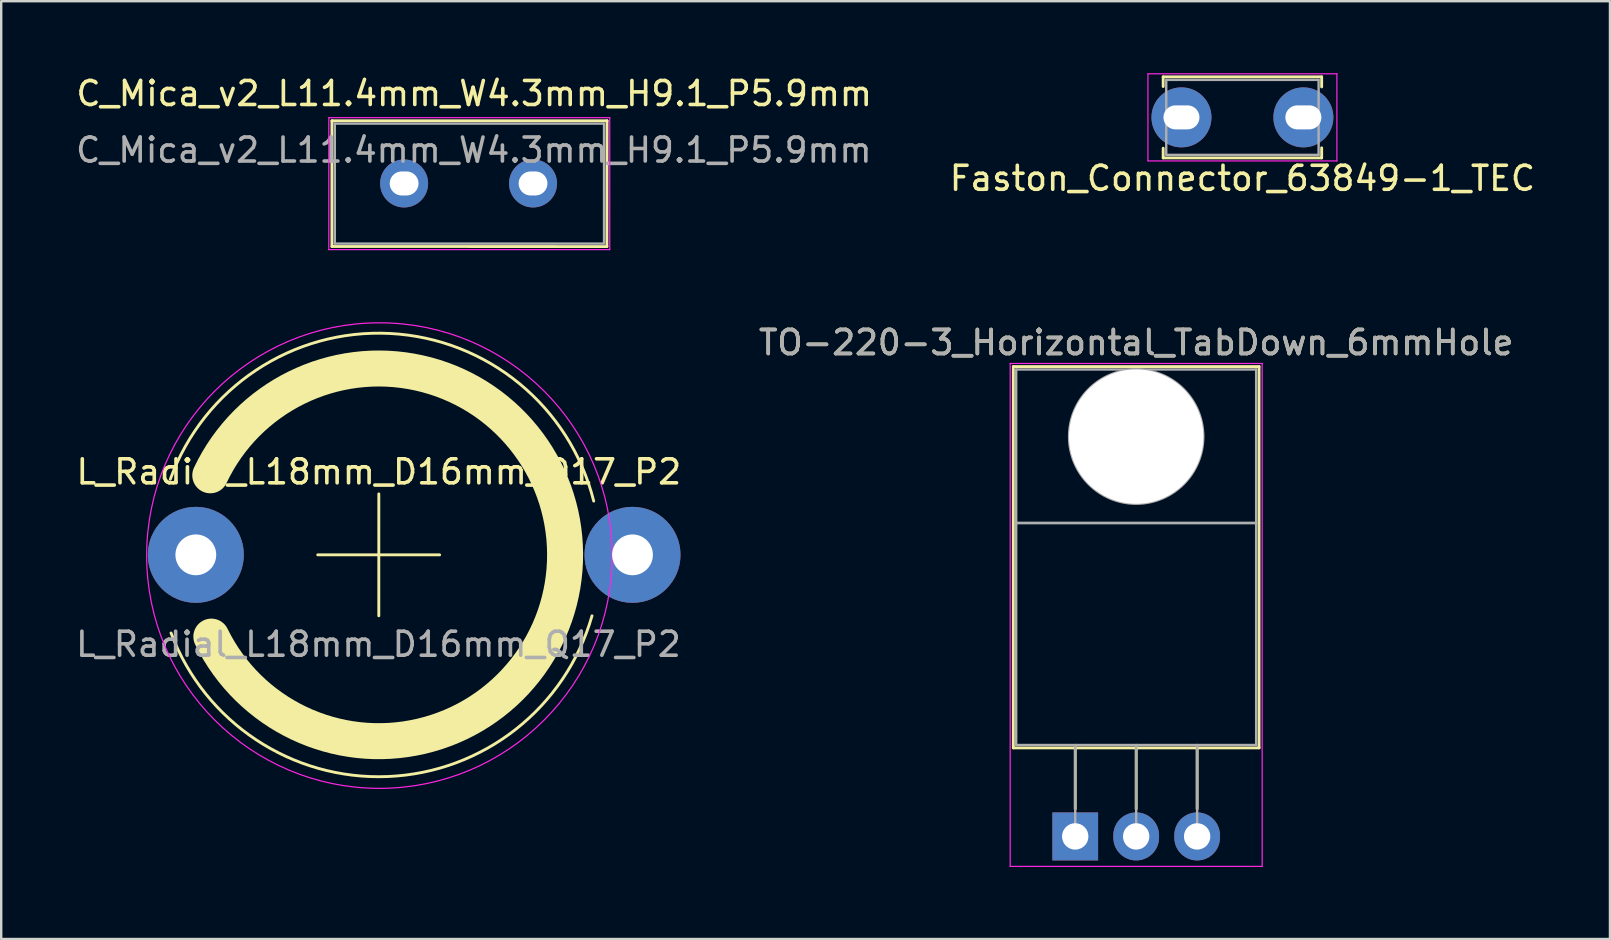
<source format=kicad_pcb>
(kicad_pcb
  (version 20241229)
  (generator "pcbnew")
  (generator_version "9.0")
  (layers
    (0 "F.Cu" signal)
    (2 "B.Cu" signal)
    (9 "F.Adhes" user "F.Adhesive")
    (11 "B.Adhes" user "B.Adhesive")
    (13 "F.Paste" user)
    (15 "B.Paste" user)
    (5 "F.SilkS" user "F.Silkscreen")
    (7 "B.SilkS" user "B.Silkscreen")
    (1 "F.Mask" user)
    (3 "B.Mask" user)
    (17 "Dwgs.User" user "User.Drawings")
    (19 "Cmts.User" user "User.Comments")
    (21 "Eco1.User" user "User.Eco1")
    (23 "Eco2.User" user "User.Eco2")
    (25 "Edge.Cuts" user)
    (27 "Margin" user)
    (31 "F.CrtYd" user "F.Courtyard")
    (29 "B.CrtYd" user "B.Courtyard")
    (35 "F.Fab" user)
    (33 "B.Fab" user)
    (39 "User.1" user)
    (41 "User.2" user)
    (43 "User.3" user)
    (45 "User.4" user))
  (footprint "Faston_Connector_63849-1_TEC"
    (layer "F.Cu")
    (at 51.263 1.841)
    (property "Reference" "Faston_Connector_63849-1_TEC" (at -2.54 2.54 0) (layer "F.SilkS") (effects (font (size 1 1) (thickness 0.15))))
    (attr through_hole)
    (fp_line (start -5.842 -1.689) (end -5.842 -1.285) (stroke (width 0.12) (type solid)) (layer "F.SilkS"))
    (fp_line (start -5.842 1.285) (end -5.842 1.689) (stroke (width 0.12) (type solid)) (layer "F.SilkS"))
    (fp_line (start -5.842 1.689) (end 0.762 1.689) (stroke (width 0.12) (type solid)) (layer "F.SilkS"))
    (fp_line (start 0.762 -1.689) (end -5.842 -1.689) (stroke (width 0.12) (type solid)) (layer "F.SilkS"))
    (fp_line (start 0.762 -1.27) (end 0.762 -1.689) (stroke (width 0.12) (type solid)) (layer "F.SilkS"))
    (fp_line (start 0.762 1.689) (end 0.762 1.27) (stroke (width 0.12) (type solid)) (layer "F.SilkS"))
    (fp_line (start -6.477 -1.816) (end 1.397 -1.816) (stroke (width 0.05) (type solid)) (layer "F.CrtYd"))
    (fp_line (start -6.477 1.816) (end -6.477 -1.816) (stroke (width 0.05) (type solid)) (layer "F.CrtYd"))
    (fp_line (start 1.397 -1.816) (end 1.397 1.816) (stroke (width 0.05) (type solid)) (layer "F.CrtYd"))
    (fp_line (start 1.397 1.816) (end -6.477 1.816) (stroke (width 0.05) (type solid)) (layer "F.CrtYd"))
    (fp_line (start -5.715 -1.562) (end -5.715 1.562) (stroke (width 0.1) (type solid)) (layer "F.Fab"))
    (fp_line (start -5.715 1.562) (end 0.635 1.562) (stroke (width 0.1) (type solid)) (layer "F.Fab"))
    (fp_line (start 0.635 -1.562) (end -5.715 -1.562) (stroke (width 0.1) (type solid)) (layer "F.Fab"))
    (fp_line (start 0.635 1.562) (end 0.635 -1.562) (stroke (width 0.1) (type solid)) (layer "F.Fab"))
    (pad "1" thru_hole circle (at -5.08 0) (size 2.5 2.5) (drill oval 1.5 1) (layers "*.Cu" "*.Mask"))
    (pad "1" thru_hole circle (at 0 0) (size 2.5 2.5) (drill oval 1.5 1) (layers "*.Cu" "*.Mask")))
  (footprint "L_Radial_L18mm_D16mm_Q17_P2"
    (layer "F.Cu")
    (at 5.11 20.071)
    (property "Reference" "L_Radial_L18mm_D16mm_Q17_P2" (at 7.626 -3.458 0) (layer "F.SilkS") (effects (font (size 1 1) (thickness 0.15))))
    (attr through_hole)
    (fp_line (start 7.626 -2.54) (end 7.625 2.54) (stroke (width 0.12) (type solid)) (layer "F.SilkS"))
    (fp_line (start 10.16 0.00041) (end 5.08 -0.000411) (stroke (width 0.12) (type solid)) (layer "F.SilkS"))
    (fp_arc (start -1.063758 -3.147863) (mid 8.094504 -9.224508) (end 16.580919 -2.24023) (stroke (width 0.12) (type solid)) (layer "F.SilkS"))
    (fp_arc (start 0.602501 -3.314542) (mid 15.388152 -0.051516) (end 0.647077 3.407318) (stroke (width 1.5) (type solid)) (layer "F.SilkS"))
    (fp_arc (start 16.509998 2.54) (mid 7.997549 9.238026) (end -1.033082 3.256968) (stroke (width 0.12) (type solid)) (layer "F.SilkS"))
    (fp_circle (center 7.651 0.031) (end 17.351 0.031) (stroke (width 0.05) (type solid)) (fill no) (layer "F.CrtYd"))
    (fp_circle (center 7.62 0.000442) (end 15.37 0.000442) (stroke (width 1.5) (type solid)) (fill no) (layer "User.2"))
    (fp_circle (center 7.62 0.000442) (end 14.62 0.000442) (stroke (width 0.05) (type solid)) (fill no) (layer "User.4"))
    (fp_text user "${REFERENCE}" (at 7.61 3.727 0) (layer "F.Fab") (effects (font (size 1 1) (thickness 0.15))))
    (pad "1" thru_hole circle (at 0 0) (size 4 4) (drill 1.7) (layers "*.Cu" "*.Mask"))
    (pad "2" thru_hole circle (at 18.197 0) (size 4 4) (drill 1.7) (layers "*.Cu" "*.Mask")))
  (footprint "TO-220-3_Horizontal_TabDown_6mmHole"
    (layer "F.Cu")
    (at 41.756 31.805)
    (property "Reference" "TO-220-3_Horizontal_TabDown_6mmHole" (at 2.54 -20.58 0) (layer "F.SilkS") (effects (font (size 1 1) (thickness 0.15))))
    (attr through_hole)
    (fp_line (start -2.58 -19.58) (end -2.58 -3.69) (stroke (width 0.12) (type solid)) (layer "F.SilkS"))
    (fp_line (start -2.58 -19.58) (end 7.66 -19.58) (stroke (width 0.12) (type solid)) (layer "F.SilkS"))
    (fp_line (start -2.58 -3.69) (end 7.66 -3.69) (stroke (width 0.12) (type solid)) (layer "F.SilkS"))
    (fp_line (start 0 -3.69) (end 0 -1.15) (stroke (width 0.12) (type solid)) (layer "F.SilkS"))
    (fp_line (start 2.54 -3.69) (end 2.54 -1.15) (stroke (width 0.12) (type solid)) (layer "F.SilkS"))
    (fp_line (start 5.08 -3.69) (end 5.08 -1.15) (stroke (width 0.12) (type solid)) (layer "F.SilkS"))
    (fp_line (start 7.66 -19.58) (end 7.66 -3.69) (stroke (width 0.12) (type solid)) (layer "F.SilkS"))
    (fp_line (start -2.71 -19.71) (end -2.71 1.25) (stroke (width 0.05) (type solid)) (layer "F.CrtYd"))
    (fp_line (start -2.71 1.25) (end 7.79 1.25) (stroke (width 0.05) (type solid)) (layer "F.CrtYd"))
    (fp_line (start 7.79 -19.71) (end -2.71 -19.71) (stroke (width 0.05) (type solid)) (layer "F.CrtYd"))
    (fp_line (start 7.79 1.25) (end 7.79 -19.71) (stroke (width 0.05) (type solid)) (layer "F.CrtYd"))
    (fp_line (start -2.46 -19.46) (end 7.54 -19.46) (stroke (width 0.1) (type solid)) (layer "F.Fab"))
    (fp_line (start -2.46 -13.06) (end -2.46 -19.46) (stroke (width 0.1) (type solid)) (layer "F.Fab"))
    (fp_line (start -2.46 -13.06) (end 7.54 -13.06) (stroke (width 0.1) (type solid)) (layer "F.Fab"))
    (fp_line (start -2.46 -3.81) (end -2.46 -13.06) (stroke (width 0.1) (type solid)) (layer "F.Fab"))
    (fp_line (start 0 -3.81) (end 0 0) (stroke (width 0.1) (type solid)) (layer "F.Fab"))
    (fp_line (start 2.54 -3.81) (end 2.54 0) (stroke (width 0.1) (type solid)) (layer "F.Fab"))
    (fp_line (start 5.08 -3.81) (end 5.08 0) (stroke (width 0.1) (type solid)) (layer "F.Fab"))
    (fp_line (start 7.54 -19.46) (end 7.54 -13.06) (stroke (width 0.1) (type solid)) (layer "F.Fab"))
    (fp_line (start 7.54 -13.06) (end -2.46 -13.06) (stroke (width 0.1) (type solid)) (layer "F.Fab"))
    (fp_line (start 7.54 -13.06) (end 7.54 -3.81) (stroke (width 0.1) (type solid)) (layer "F.Fab"))
    (fp_line (start 7.54 -3.81) (end -2.46 -3.81) (stroke (width 0.1) (type solid)) (layer "F.Fab"))
    (fp_circle (center 2.54 -16.66) (end 5.334 -16.561) (stroke (width 0.1) (type solid)) (fill no) (layer "F.Fab"))
    (fp_text user "${REFERENCE}" (at 2.54 -20.58 0) (layer "F.Fab") (effects (font (size 1 1) (thickness 0.15))))
    (pad "" np_thru_hole circle (at 2.54 -16.66) (size 5.6 5.6) (drill 5.6) (layers "*.Cu" "*.Mask"))
    (pad "1" thru_hole rect (at 0 0) (size 1.905 2) (drill 1.1) (layers "*.Cu" "*.Mask"))
    (pad "2" thru_hole oval (at 2.54 0) (size 1.905 2) (drill 1.1) (layers "*.Cu" "*.Mask"))
    (pad "3" thru_hole oval (at 5.08 0) (size 1.905 2) (drill 1.1) (layers "*.Cu" "*.Mask")))
  (footprint "C_Mica_v2_L11.4mm_W4.3mm_H9.1_P5.9mm"
    (layer "F.Cu")
    (at 13.536 4.598)
    (property "Reference" "C_Mica_v2_L11.4mm_W4.3mm_H9.1_P5.9mm" (at 3.175 -3.75 0) (layer "F.SilkS") (effects (font (size 1 1) (thickness 0.15))))
    (attr through_hole)
    (fp_line (start -2.754 -2.616) (end -2.754 2.624) (stroke (width 0.12) (type solid)) (layer "F.SilkS"))
    (fp_line (start -2.754 -2.616) (end 8.71 -2.616) (stroke (width 0.12) (type solid)) (layer "F.SilkS"))
    (fp_line (start -2.754 2.624) (end 8.704 2.626) (stroke (width 0.12) (type solid)) (layer "F.SilkS"))
    (fp_line (start 8.71 -2.616) (end 8.704 2.626) (stroke (width 0.12) (type solid)) (layer "F.SilkS"))
    (fp_line (start -2.884 -2.746) (end -2.884 2.754) (stroke (width 0.05) (type solid)) (layer "F.CrtYd"))
    (fp_line (start -2.884 2.754) (end 8.823 2.754) (stroke (width 0.05) (type solid)) (layer "F.CrtYd"))
    (fp_line (start 8.823 -2.746) (end -2.884 -2.746) (stroke (width 0.05) (type solid)) (layer "F.CrtYd"))
    (fp_line (start 8.823 2.754) (end 8.823 -2.746) (stroke (width 0.05) (type solid)) (layer "F.CrtYd"))
    (fp_line (start -2.634 -2.496) (end -2.634 2.504) (stroke (width 0.1) (type solid)) (layer "F.Fab"))
    (fp_line (start -2.634 2.504) (end 8.559 2.502) (stroke (width 0.1) (type solid)) (layer "F.Fab"))
    (fp_line (start 8.559 -2.498) (end -2.634 -2.496) (stroke (width 0.1) (type solid)) (layer "F.Fab"))
    (fp_line (start 8.585 2.5) (end 8.585 -2.5) (stroke (width 0.1) (type solid)) (layer "F.Fab"))
    (fp_text user "${REFERENCE}" (at 3.16 -1.393 0) (layer "F.Fab") (effects (font (size 1 1) (thickness 0.15))))
    (pad "1" thru_hole circle (at 0.254 -0.003) (size 2 2) (drill oval 1.2 1) (layers "*.Cu" "*.Mask"))
    (pad "2" thru_hole circle (at 5.626 -0.003) (size 2 2) (drill oval 1.2 1) (layers "*.Cu" "*.Mask")))
  (gr_rect
    (start -3 -3)
    (end 64.039 36.08)
    (stroke (width 0.1) (type default))
    (fill no)
    (layer "Edge.Cuts")))
</source>
